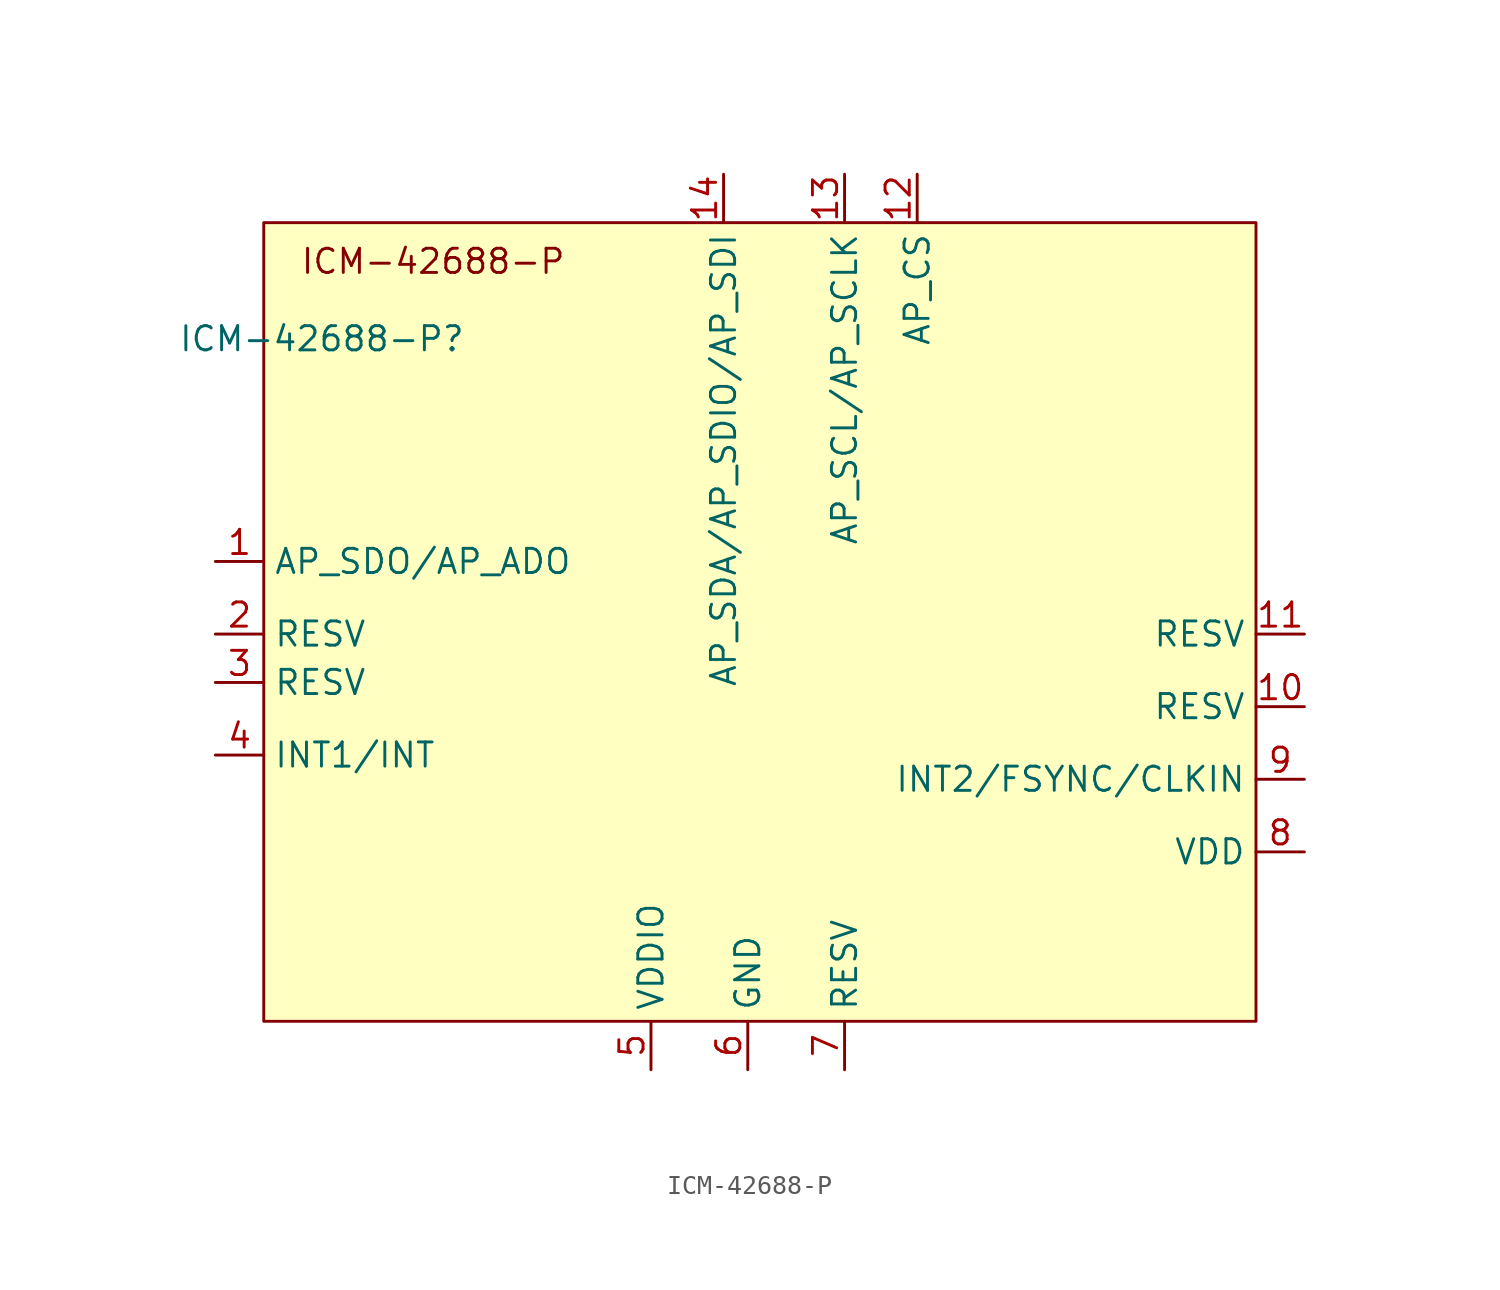
<source format=kicad_sym>
(kicad_symbol_lib
  (version 20241209)
  (generator "kicad_symbol_editor")
  (generator_version "9.0")
  (symbol "ICM-42688-P"
    (property "Reference" "ICM-42688-P"
      (at -4.572 20.574 0)
      (effects (font (size 1.27 1.27))))
    (property "Value" ""
      (at 0 0 0)
      (effects (font (size 1.27 1.27))))
    (symbol "ICM-42688-P_1_1"
      (rectangle (start -7.62 26.67) (end 44.45 -15.24) (stroke (width 0) (type solid)) (fill (type background)))
      (text "ICM-42688-P" (at 1.27 24.638 0) (effects (font (size 1.27 1.27))))
      (pin output line (at -10.16 8.89 0) (length 2.54) (name "AP_SDO/AP_ADO" (effects (font (size 1.27 1.27)))) (number "1" (effects (font (size 1.27 1.27)))))
      (pin passive line (at -10.16 5.08 0) (length 2.54) (name "RESV" (effects (font (size 1.27 1.27)))) (number "2" (effects (font (size 1.27 1.27)))))
      (pin passive line (at -10.16 2.54 0) (length 2.54) (name "RESV" (effects (font (size 1.27 1.27)))) (number "3" (effects (font (size 1.27 1.27)))))
      (pin output line (at -10.16 -1.27 0) (length 2.54) (name "INT1/INT" (effects (font (size 1.27 1.27)))) (number "4" (effects (font (size 1.27 1.27)))))
      (pin power_in line (at 12.7 -17.78 90) (length 2.54) (name "VDDIO" (effects (font (size 1.27 1.27)))) (number "5" (effects (font (size 1.27 1.27)))))
      (pin input line (at 16.51 29.21 270) (length 2.54) (name "AP_SDA/AP_SDIO/AP_SDI" (effects (font (size 1.27 1.27)))) (number "14" (effects (font (size 1.27 1.27)))))
      (pin power_in line (at 17.78 -17.78 90) (length 2.54) (name "GND" (effects (font (size 1.27 1.27)))) (number "6" (effects (font (size 1.27 1.27)))))
      (pin input line (at 22.86 29.21 270) (length 2.54) (name "AP_SCL/AP_SCLK" (effects (font (size 1.27 1.27)))) (number "13" (effects (font (size 1.27 1.27)))))
      (pin passive line (at 22.86 -17.78 90) (length 2.54) (name "RESV" (effects (font (size 1.27 1.27)))) (number "7" (effects (font (size 1.27 1.27)))))
      (pin input line (at 26.67 29.21 270) (length 2.54) (name "AP_CS" (effects (font (size 1.27 1.27)))) (number "12" (effects (font (size 1.27 1.27)))))
      (pin passive line (at 46.99 5.08 180) (length 2.54) (name "RESV" (effects (font (size 1.27 1.27)))) (number "11" (effects (font (size 1.27 1.27)))))
      (pin passive line (at 46.99 1.27 180) (length 2.54) (name "RESV" (effects (font (size 1.27 1.27)))) (number "10" (effects (font (size 1.27 1.27)))))
      (pin bidirectional line (at 46.99 -2.54 180) (length 2.54) (name "INT2/FSYNC/CLKIN" (effects (font (size 1.27 1.27)))) (number "9" (effects (font (size 1.27 1.27)))))
      (pin power_in line (at 46.99 -6.35 180) (length 2.54) (name "VDD" (effects (font (size 1.27 1.27)))) (number "8" (effects (font (size 1.27 1.27))))))))
</source>
